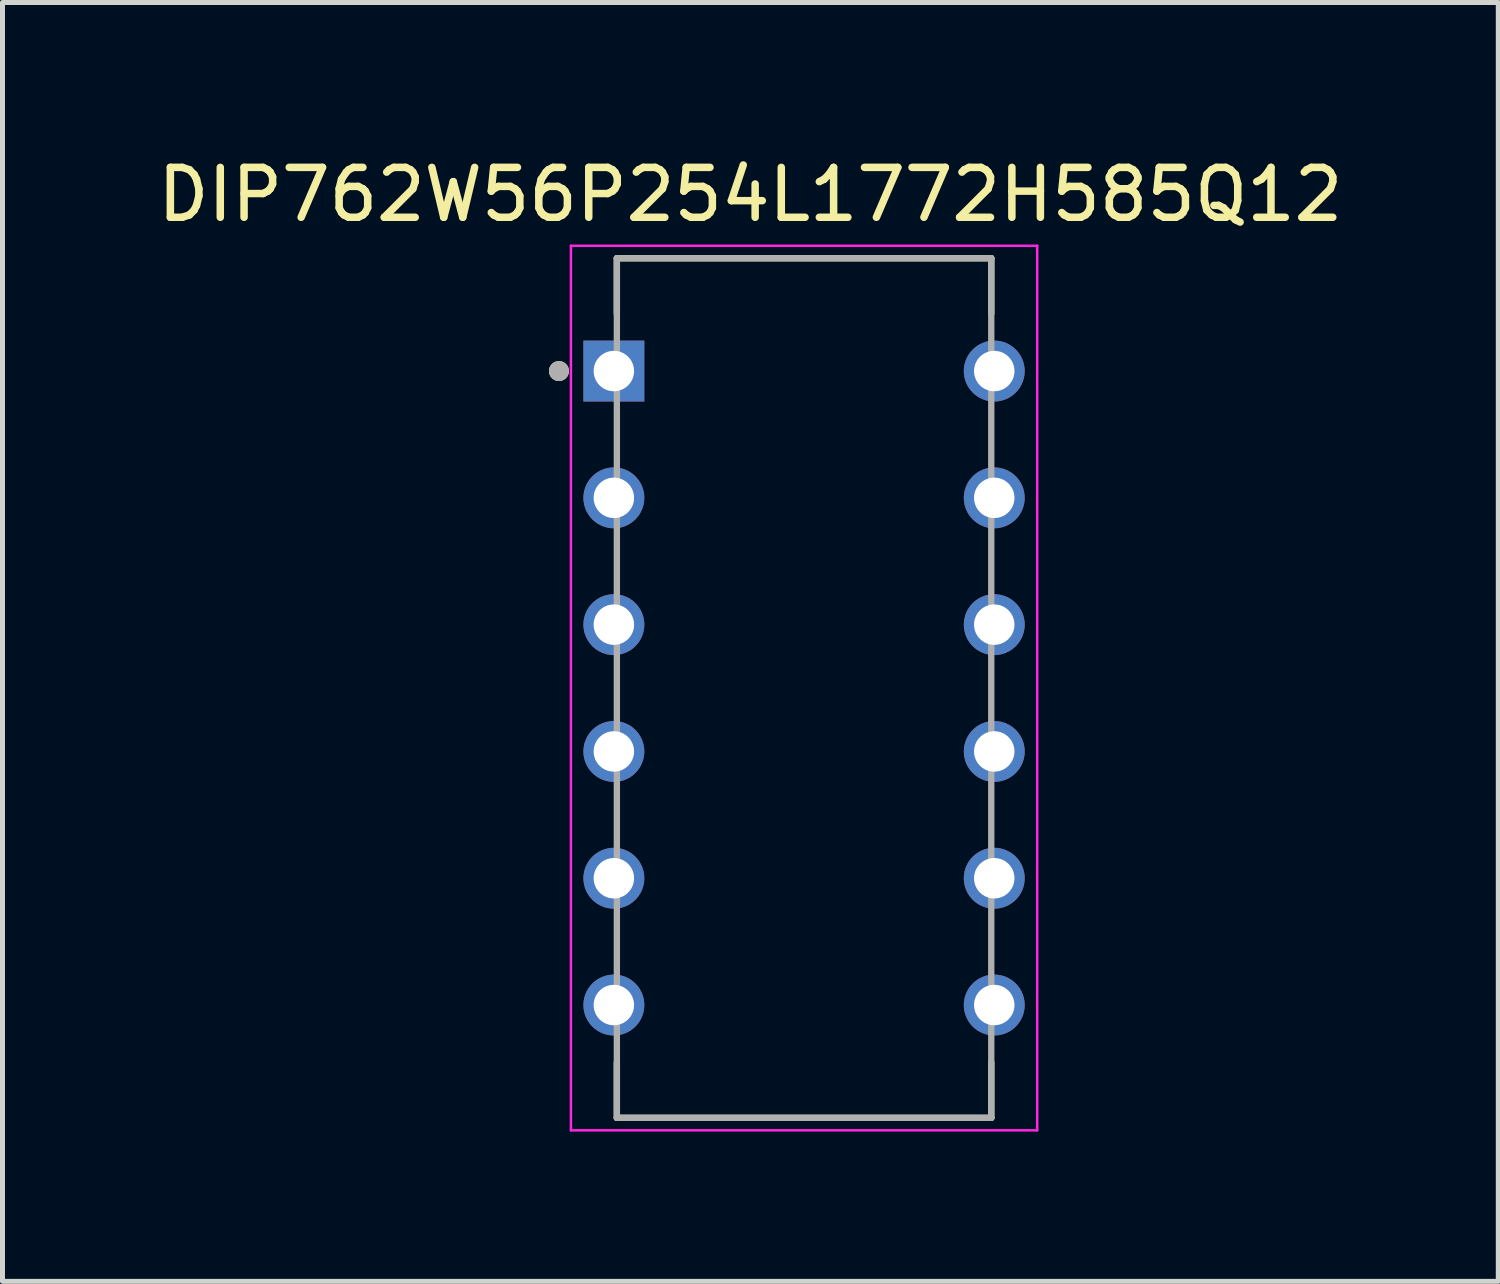
<source format=kicad_pcb>
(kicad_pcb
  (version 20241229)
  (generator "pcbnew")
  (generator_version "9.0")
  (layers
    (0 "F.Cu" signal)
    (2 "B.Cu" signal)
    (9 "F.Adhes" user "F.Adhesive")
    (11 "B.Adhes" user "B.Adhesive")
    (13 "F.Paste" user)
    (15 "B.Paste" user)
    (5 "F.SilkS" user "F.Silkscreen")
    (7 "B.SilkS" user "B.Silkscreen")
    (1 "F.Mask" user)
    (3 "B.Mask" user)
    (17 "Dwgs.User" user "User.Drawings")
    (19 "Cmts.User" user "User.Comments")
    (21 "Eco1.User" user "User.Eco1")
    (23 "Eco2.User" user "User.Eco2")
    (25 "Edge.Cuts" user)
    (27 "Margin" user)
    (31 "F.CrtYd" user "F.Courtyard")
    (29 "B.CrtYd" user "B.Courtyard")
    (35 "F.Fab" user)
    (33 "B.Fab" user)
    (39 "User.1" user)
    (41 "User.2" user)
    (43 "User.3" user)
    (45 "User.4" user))
  (footprint "DIP762W56P254L1772H585Q12"
    (layer "F.Cu")
    (at 13.057 10.733)
    (property "Reference" "DIP762W56P254L1772H585Q12" (at -1.075 -9.885 0) (layer "F.SilkS") (effects (font (size 1 1) (thickness 0.15))))
    (attr through_hole)
    (fp_line (start -3.75 -8.61) (end -3.75 -7.5) (stroke (width 0.127) (type solid)) (layer "F.SilkS"))
    (fp_line (start -3.75 -8.61) (end 3.75 -8.61) (stroke (width 0.127) (type solid)) (layer "F.SilkS"))
    (fp_line (start -3.75 8.61) (end -3.75 7.5) (stroke (width 0.127) (type solid)) (layer "F.SilkS"))
    (fp_line (start -3.75 8.61) (end 3.75 8.61) (stroke (width 0.127) (type solid)) (layer "F.SilkS"))
    (fp_line (start 3.75 -8.61) (end 3.75 -7.5) (stroke (width 0.127) (type solid)) (layer "F.SilkS"))
    (fp_line (start 3.75 8.61) (end 3.75 7.5) (stroke (width 0.127) (type solid)) (layer "F.SilkS"))
    (fp_circle (center -4.91 -6.35) (end -4.81 -6.35) (stroke (width 0.2) (type solid)) (fill no) (layer "F.SilkS"))
    (fp_line (start -4.67 -8.86) (end -4.67 8.86) (stroke (width 0.05) (type solid)) (layer "F.CrtYd"))
    (fp_line (start 4.67 -8.86) (end -4.67 -8.86) (stroke (width 0.05) (type solid)) (layer "F.CrtYd"))
    (fp_line (start 4.67 -8.86) (end 4.67 8.86) (stroke (width 0.05) (type solid)) (layer "F.CrtYd"))
    (fp_line (start 4.67 8.86) (end -4.67 8.86) (stroke (width 0.05) (type solid)) (layer "F.CrtYd"))
    (fp_line (start -3.75 -8.61) (end -3.75 8.61) (stroke (width 0.127) (type solid)) (layer "F.Fab"))
    (fp_line (start -3.75 -8.61) (end 3.75 -8.61) (stroke (width 0.127) (type solid)) (layer "F.Fab"))
    (fp_line (start -3.75 8.61) (end 3.75 8.61) (stroke (width 0.127) (type solid)) (layer "F.Fab"))
    (fp_line (start 3.75 -8.61) (end 3.75 8.61) (stroke (width 0.127) (type solid)) (layer "F.Fab"))
    (fp_circle (center -4.91 -6.35) (end -4.81 -6.35) (stroke (width 0.2) (type solid)) (fill no) (layer "F.Fab"))
    (pad "1" thru_hole rect (at -3.81 -6.35) (size 1.22 1.22) (drill 0.81) (layers "*.Cu" "*.Mask"))
    (pad "2" thru_hole circle (at -3.81 -3.81) (size 1.22 1.22) (drill 0.81) (layers "*.Cu" "*.Mask"))
    (pad "3" thru_hole circle (at -3.81 -1.27) (size 1.22 1.22) (drill 0.81) (layers "*.Cu" "*.Mask"))
    (pad "4" thru_hole circle (at -3.81 1.27) (size 1.22 1.22) (drill 0.81) (layers "*.Cu" "*.Mask"))
    (pad "5" thru_hole circle (at -3.81 3.81) (size 1.22 1.22) (drill 0.81) (layers "*.Cu" "*.Mask"))
    (pad "6" thru_hole circle (at -3.81 6.35) (size 1.22 1.22) (drill 0.81) (layers "*.Cu" "*.Mask"))
    (pad "7" thru_hole circle (at 3.81 6.35) (size 1.22 1.22) (drill 0.81) (layers "*.Cu" "*.Mask"))
    (pad "8" thru_hole circle (at 3.81 3.81) (size 1.22 1.22) (drill 0.81) (layers "*.Cu" "*.Mask"))
    (pad "9" thru_hole circle (at 3.81 1.27) (size 1.22 1.22) (drill 0.81) (layers "*.Cu" "*.Mask"))
    (pad "10" thru_hole circle (at 3.81 -1.27) (size 1.22 1.22) (drill 0.81) (layers "*.Cu" "*.Mask"))
    (pad "11" thru_hole circle (at 3.81 -3.81) (size 1.22 1.22) (drill 0.81) (layers "*.Cu" "*.Mask"))
    (pad "12" thru_hole circle (at 3.81 -6.35) (size 1.22 1.22) (drill 0.81) (layers "*.Cu" "*.Mask")))
  (gr_rect
    (start -3 -3)
    (end 26.964 22.618)
    (stroke (width 0.1) (type default))
    (fill no)
    (layer "Edge.Cuts")))
</source>
